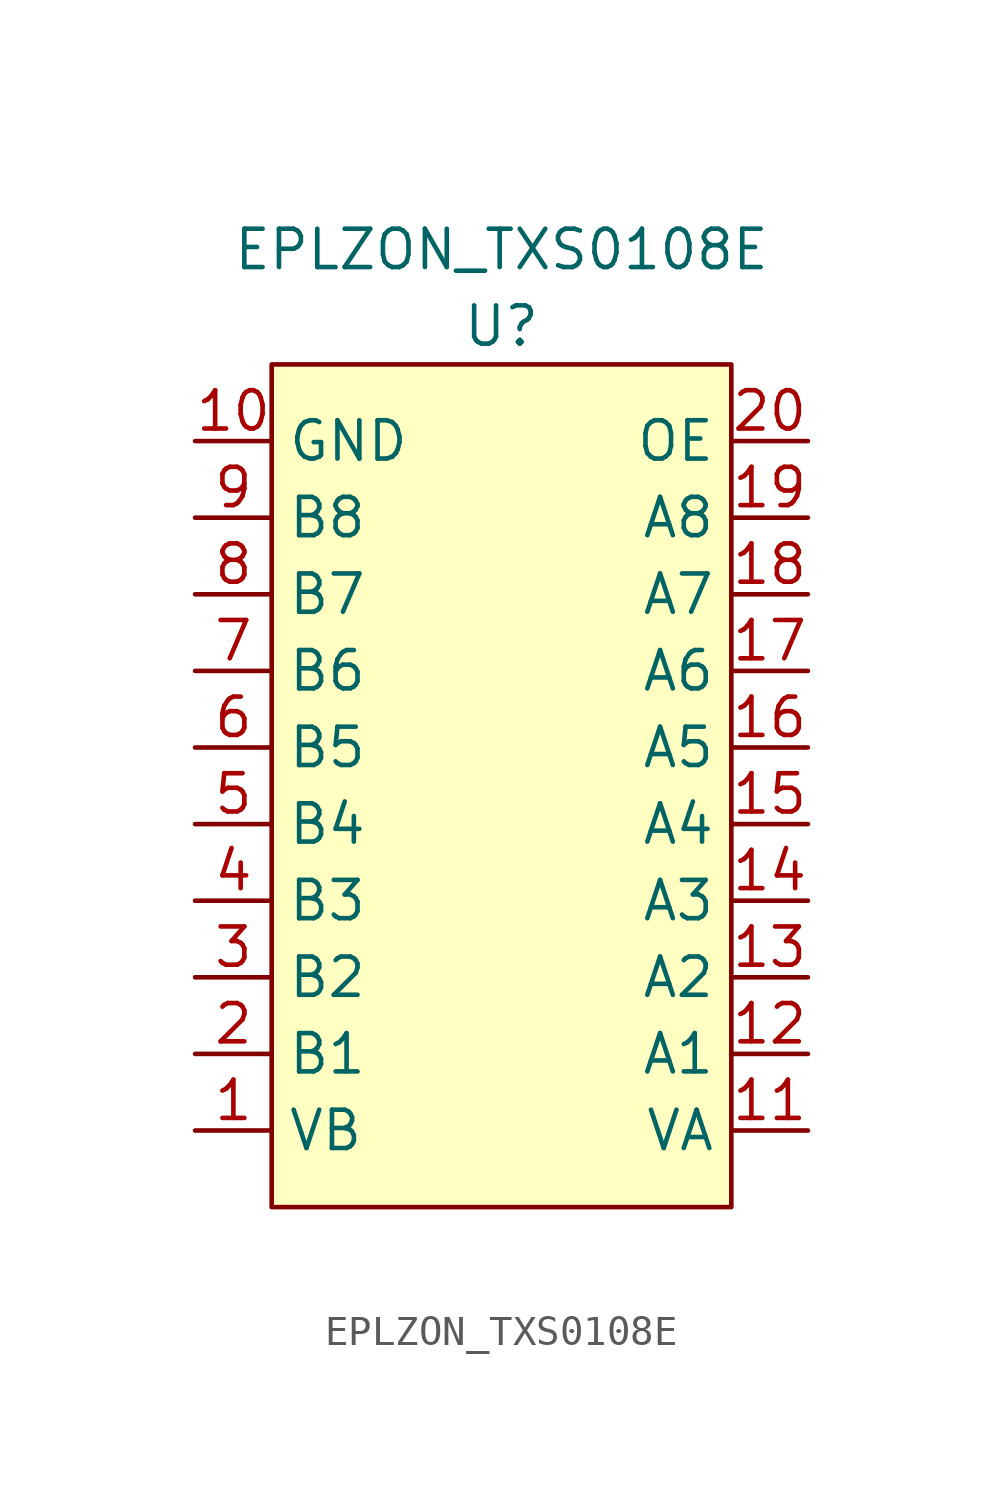
<source format=kicad_sym>
(kicad_symbol_lib
  (version 20211014)
  (generator kicad_symbol_editor)
  (symbol "EPLZON_TXS0108E"
    (property "Reference" "U"
      (at 0 0 0)
      (effects (font (size 1.27 1.27))))
    (property "Value" "EPLZON_TXS0108E"
      (at 0 2.54 0)
      (effects (font (size 1.27 1.27))))
    (symbol "EPLZON_TXS0108E_0_1"
      (rectangle (start -7.62 -1.27) (end 7.62 -29.21) (stroke (width 0) (type default) (color 0 0 0 0)) (fill (type background))))
    (symbol "EPLZON_TXS0108E_1_1"
      (pin power_in line (at -10.16 -26.67 0) (length 2.54) (name "VB" (effects (font (size 1.27 1.27)))) (number "1" (effects (font (size 1.27 1.27)))))
      (pin power_out line (at -10.16 -3.81 0) (length 2.54) (name "GND" (effects (font (size 1.27 1.27)))) (number "10" (effects (font (size 1.27 1.27)))))
      (pin power_in line (at 10.16 -26.67 180) (length 2.54) (name "VA" (effects (font (size 1.27 1.27)))) (number "11" (effects (font (size 1.27 1.27)))))
      (pin bidirectional line (at 10.16 -24.13 180) (length 2.54) (name "A1" (effects (font (size 1.27 1.27)))) (number "12" (effects (font (size 1.27 1.27)))))
      (pin bidirectional line (at 10.16 -21.59 180) (length 2.54) (name "A2" (effects (font (size 1.27 1.27)))) (number "13" (effects (font (size 1.27 1.27)))))
      (pin bidirectional line (at 10.16 -19.05 180) (length 2.54) (name "A3" (effects (font (size 1.27 1.27)))) (number "14" (effects (font (size 1.27 1.27)))))
      (pin bidirectional line (at 10.16 -16.51 180) (length 2.54) (name "A4" (effects (font (size 1.27 1.27)))) (number "15" (effects (font (size 1.27 1.27)))))
      (pin bidirectional line (at 10.16 -13.97 180) (length 2.54) (name "A5" (effects (font (size 1.27 1.27)))) (number "16" (effects (font (size 1.27 1.27)))))
      (pin bidirectional line (at 10.16 -11.43 180) (length 2.54) (name "A6" (effects (font (size 1.27 1.27)))) (number "17" (effects (font (size 1.27 1.27)))))
      (pin bidirectional line (at 10.16 -8.89 180) (length 2.54) (name "A7" (effects (font (size 1.27 1.27)))) (number "18" (effects (font (size 1.27 1.27)))))
      (pin bidirectional line (at 10.16 -6.35 180) (length 2.54) (name "A8" (effects (font (size 1.27 1.27)))) (number "19" (effects (font (size 1.27 1.27)))))
      (pin bidirectional line (at -10.16 -24.13 0) (length 2.54) (name "B1" (effects (font (size 1.27 1.27)))) (number "2" (effects (font (size 1.27 1.27)))))
      (pin power_out line (at 10.16 -3.81 180) (length 2.54) (name "OE" (effects (font (size 1.27 1.27)))) (number "20" (effects (font (size 1.27 1.27)))))
      (pin bidirectional line (at -10.16 -21.59 0) (length 2.54) (name "B2" (effects (font (size 1.27 1.27)))) (number "3" (effects (font (size 1.27 1.27)))))
      (pin bidirectional line (at -10.16 -19.05 0) (length 2.54) (name "B3" (effects (font (size 1.27 1.27)))) (number "4" (effects (font (size 1.27 1.27)))))
      (pin bidirectional line (at -10.16 -16.51 0) (length 2.54) (name "B4" (effects (font (size 1.27 1.27)))) (number "5" (effects (font (size 1.27 1.27)))))
      (pin bidirectional line (at -10.16 -13.97 0) (length 2.54) (name "B5" (effects (font (size 1.27 1.27)))) (number "6" (effects (font (size 1.27 1.27)))))
      (pin bidirectional line (at -10.16 -11.43 0) (length 2.54) (name "B6" (effects (font (size 1.27 1.27)))) (number "7" (effects (font (size 1.27 1.27)))))
      (pin bidirectional line (at -10.16 -8.89 0) (length 2.54) (name "B7" (effects (font (size 1.27 1.27)))) (number "8" (effects (font (size 1.27 1.27)))))
      (pin bidirectional line (at -10.16 -6.35 0) (length 2.54) (name "B8" (effects (font (size 1.27 1.27)))) (number "9" (effects (font (size 1.27 1.27))))))))
</source>
